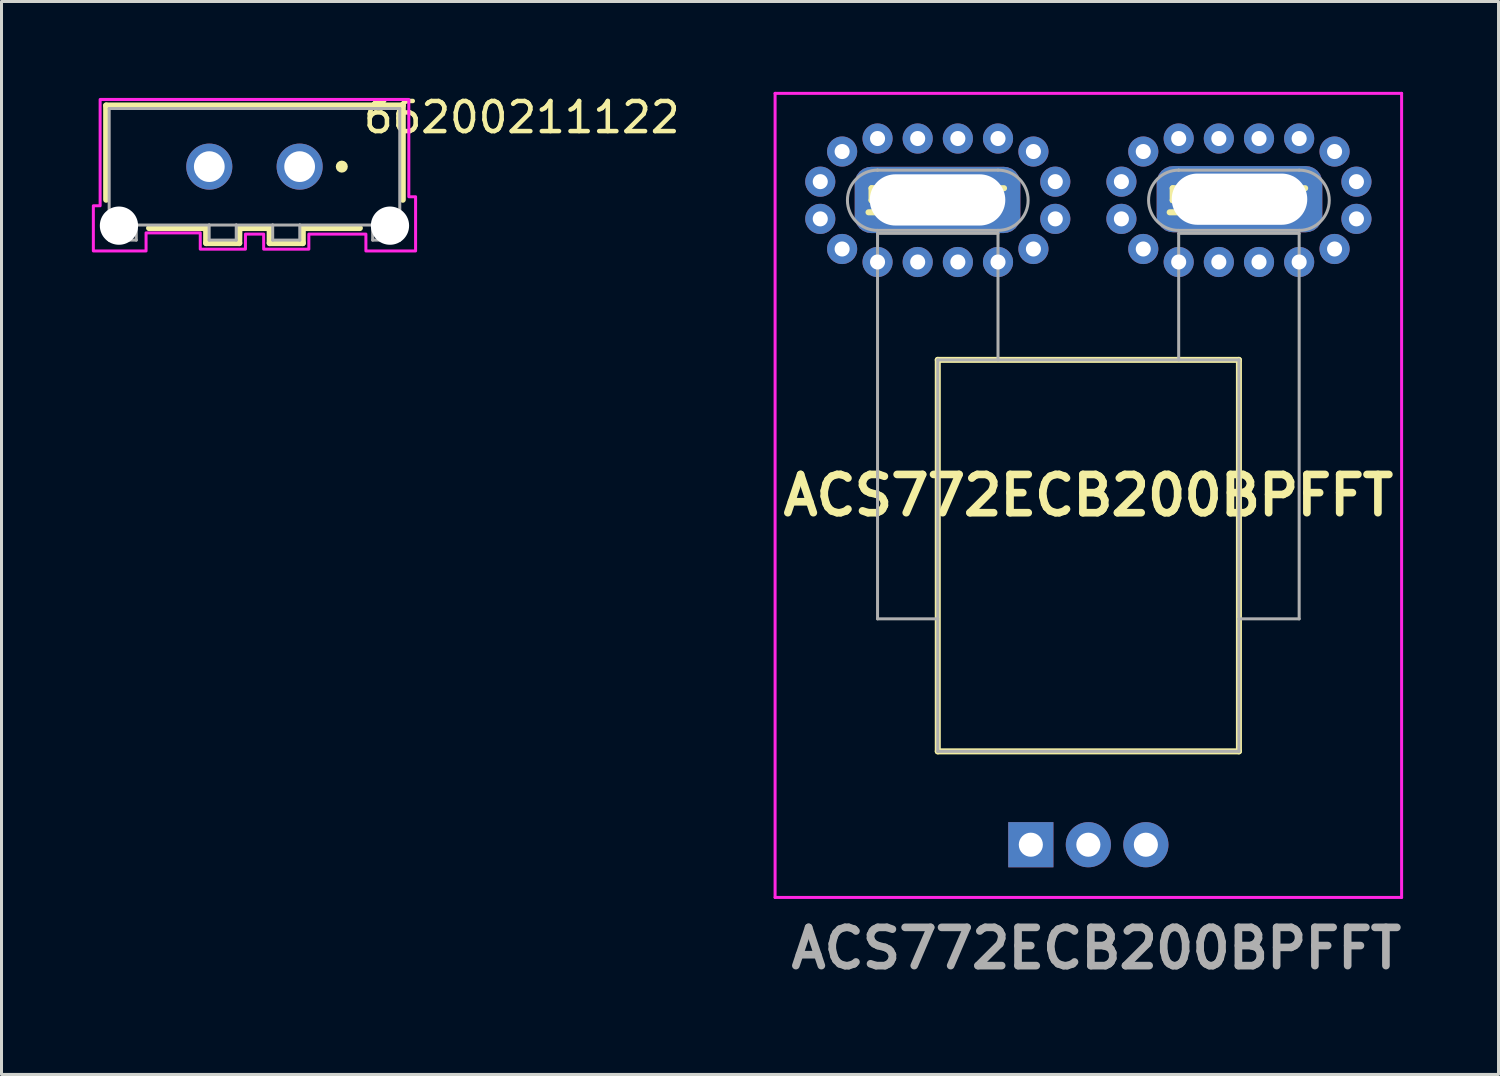
<source format=kicad_pcb>
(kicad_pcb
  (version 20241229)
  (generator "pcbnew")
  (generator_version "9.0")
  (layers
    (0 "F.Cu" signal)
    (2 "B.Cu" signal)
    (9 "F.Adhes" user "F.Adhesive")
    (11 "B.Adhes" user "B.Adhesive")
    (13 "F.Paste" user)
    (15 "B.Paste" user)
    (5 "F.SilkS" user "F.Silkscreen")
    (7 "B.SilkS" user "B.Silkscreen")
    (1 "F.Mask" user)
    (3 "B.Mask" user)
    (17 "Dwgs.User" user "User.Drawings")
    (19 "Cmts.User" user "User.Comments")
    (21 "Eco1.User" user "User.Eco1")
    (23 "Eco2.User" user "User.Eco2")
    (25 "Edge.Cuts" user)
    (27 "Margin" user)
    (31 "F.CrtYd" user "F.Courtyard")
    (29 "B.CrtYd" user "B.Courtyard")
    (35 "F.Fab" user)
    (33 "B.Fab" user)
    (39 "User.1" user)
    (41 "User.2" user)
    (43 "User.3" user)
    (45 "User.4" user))
  (footprint "ACS772ECB200BPFFT"
    (layer "F.Cu")
    (at 31.18 25)
    (property "Reference" "ACS772ECB200BPFFT" (at 1.91 -11.6 0) (layer "F.SilkS") (effects (font (size 1.27 1.27) (thickness 0.254))))
    (attr through_hole)
    (fp_line (start -5.29 -21.8) (end -5.29 -21.4) (stroke (width 0.2) (type solid)) (layer "F.SilkS"))
    (fp_line (start -5.29 -21.4) (end -4.49 -21.4) (stroke (width 0.2) (type solid)) (layer "F.SilkS"))
    (fp_line (start -4.49 -21.4) (end -4.49 -21) (stroke (width 0.2) (type solid)) (layer "F.SilkS"))
    (fp_line (start -4.49 -21) (end -5.39 -21) (stroke (width 0.2) (type solid)) (layer "F.SilkS"))
    (fp_line (start -4.39 -21.8) (end -5.29 -21.8) (stroke (width 0.2) (type solid)) (layer "F.SilkS"))
    (fp_line (start -4.09 -21.9) (end -4.09 -21) (stroke (width 0.2) (type solid)) (layer "F.SilkS"))
    (fp_line (start -4.09 -21) (end -3.29 -21) (stroke (width 0.2) (type solid)) (layer "F.SilkS"))
    (fp_line (start -3.09 -16.1) (end 6.91 -16.1) (stroke (width 0.2) (type solid)) (layer "F.SilkS"))
    (fp_line (start -3.09 -3.1) (end -3.09 -16.1) (stroke (width 0.2) (type solid)) (layer "F.SilkS"))
    (fp_line (start -2.89 -21.8) (end -2.89 -21) (stroke (width 0.2) (type solid)) (layer "F.SilkS"))
    (fp_line (start -2.89 -21) (end -2.09 -21) (stroke (width 0.2) (type solid)) (layer "F.SilkS"))
    (fp_line (start -2.09 -21.8) (end -2.99 -21.8) (stroke (width 0.2) (type solid)) (layer "F.SilkS"))
    (fp_line (start -2.09 -21) (end -2.09 -21.8) (stroke (width 0.2) (type solid)) (layer "F.SilkS"))
    (fp_line (start -1.69 -21.8) (end -0.89 -21.8) (stroke (width 0.2) (type solid)) (layer "F.SilkS"))
    (fp_line (start -1.29 -21.8) (end -1.29 -20.9) (stroke (width 0.2) (type solid)) (layer "F.SilkS"))
    (fp_line (start 4.71 -21.8) (end 4.71 -21.4) (stroke (width 0.2) (type solid)) (layer "F.SilkS"))
    (fp_line (start 4.71 -21.4) (end 5.51 -21.4) (stroke (width 0.2) (type solid)) (layer "F.SilkS"))
    (fp_line (start 5.51 -21.4) (end 5.51 -21) (stroke (width 0.2) (type solid)) (layer "F.SilkS"))
    (fp_line (start 5.51 -21) (end 4.61 -21) (stroke (width 0.2) (type solid)) (layer "F.SilkS"))
    (fp_line (start 5.61 -21.8) (end 4.71 -21.8) (stroke (width 0.2) (type solid)) (layer "F.SilkS"))
    (fp_line (start 5.91 -21.9) (end 5.91 -21) (stroke (width 0.2) (type solid)) (layer "F.SilkS"))
    (fp_line (start 5.91 -21) (end 6.71 -21) (stroke (width 0.2) (type solid)) (layer "F.SilkS"))
    (fp_line (start 6.91 -16.1) (end 6.91 -3.1) (stroke (width 0.2) (type solid)) (layer "F.SilkS"))
    (fp_line (start 6.91 -3.1) (end -3.09 -3.1) (stroke (width 0.2) (type solid)) (layer "F.SilkS"))
    (fp_line (start 7.11 -21.9) (end 7.11 -21) (stroke (width 0.2) (type solid)) (layer "F.SilkS"))
    (fp_line (start 7.11 -21) (end 7.91 -21) (stroke (width 0.2) (type solid)) (layer "F.SilkS"))
    (fp_line (start 7.91 -21.8) (end 7.11 -21.8) (stroke (width 0.2) (type solid)) (layer "F.SilkS"))
    (fp_line (start 7.91 -21) (end 7.91 -21.8) (stroke (width 0.2) (type solid)) (layer "F.SilkS"))
    (fp_line (start 8.31 -21.8) (end 9.11 -21.8) (stroke (width 0.2) (type solid)) (layer "F.SilkS"))
    (fp_line (start 8.71 -21.9) (end 8.71 -20.9) (stroke (width 0.2) (type solid)) (layer "F.SilkS"))
    (fp_line (start -8.492 -24.95) (end 12.312 -24.95) (stroke (width 0.1) (type solid)) (layer "F.CrtYd"))
    (fp_line (start -8.492 1.75) (end -8.492 -24.95) (stroke (width 0.1) (type solid)) (layer "F.CrtYd"))
    (fp_line (start 12.312 -24.95) (end 12.312 1.75) (stroke (width 0.1) (type solid)) (layer "F.CrtYd"))
    (fp_line (start 12.312 1.75) (end -8.492 1.75) (stroke (width 0.1) (type solid)) (layer "F.CrtYd"))
    (fp_line (start -5.09 -22.4) (end -5.09 -22.4) (stroke (width 0.1) (type solid)) (layer "F.Fab"))
    (fp_line (start -5.09 -20.4) (end -1.09 -20.4) (stroke (width 0.1) (type solid)) (layer "F.Fab"))
    (fp_line (start -5.09 -20.3) (end -1.09 -20.3) (stroke (width 0.1) (type solid)) (layer "F.Fab"))
    (fp_line (start -5.09 -7.5) (end -5.09 -20.3) (stroke (width 0.1) (type solid)) (layer "F.Fab"))
    (fp_line (start -3.09 -16.1) (end 6.91 -16.1) (stroke (width 0.1) (type solid)) (layer "F.Fab"))
    (fp_line (start -3.09 -7.5) (end -5.09 -7.5) (stroke (width 0.1) (type solid)) (layer "F.Fab"))
    (fp_line (start -3.09 -3.1) (end -3.09 -16.1) (stroke (width 0.1) (type solid)) (layer "F.Fab"))
    (fp_line (start -1.09 -22.4) (end -5.09 -22.4) (stroke (width 0.1) (type solid)) (layer "F.Fab"))
    (fp_line (start -1.09 -20.4) (end -1.09 -20.4) (stroke (width 0.1) (type solid)) (layer "F.Fab"))
    (fp_line (start -1.09 -20.3) (end -1.09 -16.1) (stroke (width 0.1) (type solid)) (layer "F.Fab"))
    (fp_line (start 4.91 -22.4) (end 4.91 -22.4) (stroke (width 0.1) (type solid)) (layer "F.Fab"))
    (fp_line (start 4.91 -20.4) (end 8.91 -20.4) (stroke (width 0.1) (type solid)) (layer "F.Fab"))
    (fp_line (start 4.91 -20.3) (end 4.91 -16.1) (stroke (width 0.1) (type solid)) (layer "F.Fab"))
    (fp_line (start 6.91 -16.1) (end 6.91 -3.1) (stroke (width 0.1) (type solid)) (layer "F.Fab"))
    (fp_line (start 6.91 -7.5) (end 8.91 -7.5) (stroke (width 0.1) (type solid)) (layer "F.Fab"))
    (fp_line (start 6.91 -3.1) (end -3.09 -3.1) (stroke (width 0.1) (type solid)) (layer "F.Fab"))
    (fp_line (start 8.91 -22.4) (end 4.91 -22.4) (stroke (width 0.1) (type solid)) (layer "F.Fab"))
    (fp_line (start 8.91 -20.4) (end 8.91 -20.4) (stroke (width 0.1) (type solid)) (layer "F.Fab"))
    (fp_line (start 8.91 -20.3) (end 4.91 -20.3) (stroke (width 0.1) (type solid)) (layer "F.Fab"))
    (fp_line (start 8.91 -7.5) (end 8.91 -20.3) (stroke (width 0.1) (type solid)) (layer "F.Fab"))
    (fp_arc (start -5.09 -20.4) (mid -6.09 -21.4) (end -5.09 -22.4) (stroke (width 0.1) (type solid)) (layer "F.Fab"))
    (fp_arc (start -1.09 -22.4) (mid -0.09 -21.4) (end -1.09 -20.4) (stroke (width 0.1) (type solid)) (layer "F.Fab"))
    (fp_arc (start 4.91 -20.4) (mid 3.91 -21.4) (end 4.91 -22.4) (stroke (width 0.1) (type solid)) (layer "F.Fab"))
    (fp_arc (start 8.91 -22.4) (mid 9.91 -21.4) (end 8.91 -20.4) (stroke (width 0.1) (type solid)) (layer "F.Fab"))
    (fp_text user "${REFERENCE}" (at 2.176 3.44 0) (layer "F.Fab") (effects (font (size 1.27 1.27) (thickness 0.254))))
    (pad "1" thru_hole rect (at 0 0) (size 1.5 1.5) (drill 0.8) (layers "*.Cu" "*.Mask"))
    (pad "2" thru_hole circle (at 1.91 0) (size 1.5 1.5) (drill 0.8) (layers "*.Cu" "*.Mask"))
    (pad "3" thru_hole circle (at 3.82 0) (size 1.5 1.5) (drill 0.8) (layers "*.Cu" "*.Mask"))
    (pad "4" thru_hole circle (at 3.008 -22.018) (size 1 1) (drill 0.5) (layers "*.Cu" "*.Mask"))
    (pad "5" thru_hole circle (at 0.812 -22.018) (size 1 1) (drill 0.5) (layers "*.Cu" "*.Mask"))
    (pad "6" thru_hole circle (at 0.812 -20.782) (size 1 1) (drill 0.5) (layers "*.Cu" "*.Mask"))
    (pad "7" thru_hole circle (at 0.086 -19.782) (size 1 1) (drill 0.5) (layers "*.Cu" "*.Mask"))
    (pad "8" thru_hole circle (at -1.09 -19.35) (size 1 1) (drill 0.5) (layers "*.Cu" "*.Mask"))
    (pad "9" thru_hole circle (at -2.423 -19.35) (size 1 1) (drill 0.5) (layers "*.Cu" "*.Mask"))
    (pad "10" thru_hole circle (at -3.757 -19.35) (size 1 1) (drill 0.5) (layers "*.Cu" "*.Mask"))
    (pad "11" thru_hole circle (at -5.09 -19.35) (size 1 1) (drill 0.5) (layers "*.Cu" "*.Mask"))
    (pad "12" thru_hole circle (at -6.266 -19.782) (size 1 1) (drill 0.5) (layers "*.Cu" "*.Mask"))
    (pad "13" thru_hole circle (at -6.992 -20.782) (size 1 1) (drill 0.5) (layers "*.Cu" "*.Mask"))
    (pad "14" thru_hole circle (at -6.992 -22.018) (size 1 1) (drill 0.5) (layers "*.Cu" "*.Mask"))
    (pad "15" thru_hole circle (at -6.266 -23.018) (size 1 1) (drill 0.5) (layers "*.Cu" "*.Mask"))
    (pad "16" thru_hole circle (at -5.09 -23.45) (size 1 1) (drill 0.5) (layers "*.Cu" "*.Mask"))
    (pad "17" thru_hole circle (at -3.757 -23.45) (size 1 1) (drill 0.5) (layers "*.Cu" "*.Mask"))
    (pad "18" thru_hole circle (at -2.423 -23.45) (size 1 1) (drill 0.5) (layers "*.Cu" "*.Mask"))
    (pad "19" thru_hole circle (at -1.09 -23.45) (size 1 1) (drill 0.5) (layers "*.Cu" "*.Mask"))
    (pad "20" thru_hole circle (at 0.086 -23.018) (size 1 1) (drill 0.5) (layers "*.Cu" "*.Mask"))
    (pad "21" thru_hole circle (at 3.008 -20.782) (size 1 1) (drill 0.5) (layers "*.Cu" "*.Mask"))
    (pad "22" thru_hole circle (at 3.734 -19.782) (size 1 1) (drill 0.5) (layers "*.Cu" "*.Mask"))
    (pad "23" thru_hole circle (at 4.91 -19.35) (size 1 1) (drill 0.5) (layers "*.Cu" "*.Mask"))
    (pad "24" thru_hole circle (at 6.243 -19.35) (size 1 1) (drill 0.5) (layers "*.Cu" "*.Mask"))
    (pad "25" thru_hole circle (at 7.577 -19.35) (size 1 1) (drill 0.5) (layers "*.Cu" "*.Mask"))
    (pad "26" thru_hole circle (at 8.91 -19.35) (size 1 1) (drill 0.5) (layers "*.Cu" "*.Mask"))
    (pad "27" thru_hole circle (at 10.086 -19.782) (size 1 1) (drill 0.5) (layers "*.Cu" "*.Mask"))
    (pad "28" thru_hole circle (at 10.812 -20.782) (size 1 1) (drill 0.5) (layers "*.Cu" "*.Mask"))
    (pad "29" thru_hole circle (at 10.812 -22.018) (size 1 1) (drill 0.5) (layers "*.Cu" "*.Mask"))
    (pad "30" thru_hole circle (at 10.086 -23.018) (size 1 1) (drill 0.5) (layers "*.Cu" "*.Mask"))
    (pad "31" thru_hole circle (at 8.91 -23.45) (size 1 1) (drill 0.5) (layers "*.Cu" "*.Mask"))
    (pad "32" thru_hole circle (at 7.577 -23.45) (size 1 1) (drill 0.5) (layers "*.Cu" "*.Mask"))
    (pad "33" thru_hole circle (at 6.243 -23.45) (size 1 1) (drill 0.5) (layers "*.Cu" "*.Mask"))
    (pad "34" thru_hole circle (at 4.91 -23.45) (size 1 1) (drill 0.5) (layers "*.Cu" "*.Mask"))
    (pad "35" thru_hole circle (at 3.734 -23.018) (size 1 1) (drill 0.5) (layers "*.Cu" "*.Mask"))
    (pad "36" thru_hole roundrect (at -3.098 -21.411) (size 5.5 2.2) (drill oval 4.5 1.7) (layers "*.Cu" "*.Mask") (roundrect_rratio 0.25))
    (pad "37" thru_hole roundrect (at 6.929 -21.436) (size 5.5 2.2) (drill oval 4.5 1.7) (layers "*.Cu" "*.Mask") (roundrect_rratio 0.25)))
  (footprint "66200211122"
    (layer "F.Cu")
    (at 5.4 2.483)
    (property "Reference" "66200211122" (at 8.875 -1.635 0) (layer "F.SilkS") (effects (font (size 1 1) (thickness 0.15))))
    (attr through_hole)
    (fp_line (start -4.925 -2.03) (end 4.925 -2.03) (stroke (width 0.2) (type solid)) (layer "F.SilkS"))
    (fp_line (start -4.925 1.1) (end -4.925 -2.03) (stroke (width 0.2) (type solid)) (layer "F.SilkS"))
    (fp_line (start -3.5 2.04) (end -1.605 2.04) (stroke (width 0.2) (type solid)) (layer "F.SilkS"))
    (fp_line (start -1.605 2.04) (end -1.605 2.54) (stroke (width 0.2) (type solid)) (layer "F.SilkS"))
    (fp_line (start -1.605 2.54) (end -0.505 2.54) (stroke (width 0.2) (type solid)) (layer "F.SilkS"))
    (fp_line (start -0.505 2.54) (end -0.5 2.04) (stroke (width 0.2) (type solid)) (layer "F.SilkS"))
    (fp_line (start -0.5 2.04) (end 0.505 2.04) (stroke (width 0.2) (type solid)) (layer "F.SilkS"))
    (fp_line (start 0.505 2.04) (end 0.505 2.54) (stroke (width 0.2) (type solid)) (layer "F.SilkS"))
    (fp_line (start 0.505 2.54) (end 1.605 2.54) (stroke (width 0.2) (type solid)) (layer "F.SilkS"))
    (fp_line (start 1.605 2.04) (end 3.5 2.04) (stroke (width 0.2) (type solid)) (layer "F.SilkS"))
    (fp_line (start 1.605 2.54) (end 1.605 2.04) (stroke (width 0.2) (type solid)) (layer "F.SilkS"))
    (fp_line (start 4.925 -2.03) (end 4.925 1.1) (stroke (width 0.2) (type solid)) (layer "F.SilkS"))
    (fp_circle (center 2.9 0) (end 3 0) (stroke (width 0.2) (type solid)) (fill no) (layer "F.SilkS"))
    (fp_poly (pts (xy -5.125 -2.23) (xy 5.125 -2.23) (xy 5.125 1) (xy 5.35 1) (xy 5.35 2.8) (xy 3.7 2.8) (xy 3.7 2.24) (xy 1.805 2.24) (xy 1.805 2.74) (xy 0.305 2.74) (xy 0.305 2.24) (xy -0.3 2.24) (xy -0.3 2.74) (xy -1.8 2.74) (xy -1.8 2.2) (xy -3.6 2.2) (xy -3.6 2.8) (xy -5.35 2.8) (xy -5.35 1.3) (xy -5.125 1.3)) (stroke (width 0.1) (type solid)) (fill no) (layer "F.CrtYd"))
    (fp_line (start -4.825 -1.93) (end 4.825 -1.93) (stroke (width 0.1) (type solid)) (layer "F.Fab"))
    (fp_line (start -4.825 1.94) (end -4.825 -1.93) (stroke (width 0.1) (type solid)) (layer "F.Fab"))
    (fp_line (start -4.825 1.95) (end -4.825 2.44) (stroke (width 0.1) (type solid)) (layer "F.Fab"))
    (fp_line (start -4.825 2.44) (end -3.925 2.44) (stroke (width 0.1) (type solid)) (layer "F.Fab"))
    (fp_line (start -4.82 1.95) (end -4.825 1.95) (stroke (width 0.1) (type solid)) (layer "F.Fab"))
    (fp_line (start -3.925 1.94) (end -4.825 1.94) (stroke (width 0.1) (type solid)) (layer "F.Fab"))
    (fp_line (start -3.925 2.44) (end -3.925 1.94) (stroke (width 0.1) (type solid)) (layer "F.Fab"))
    (fp_line (start -1.505 1.94) (end -3.925 1.94) (stroke (width 0.1) (type solid)) (layer "F.Fab"))
    (fp_line (start -1.505 1.94) (end -1.505 2.44) (stroke (width 0.1) (type solid)) (layer "F.Fab"))
    (fp_line (start -1.505 2.44) (end -0.605 2.44) (stroke (width 0.1) (type solid)) (layer "F.Fab"))
    (fp_line (start -0.605 1.94) (end -1.505 1.94) (stroke (width 0.1) (type solid)) (layer "F.Fab"))
    (fp_line (start -0.605 2.44) (end -0.605 1.94) (stroke (width 0.1) (type solid)) (layer "F.Fab"))
    (fp_line (start 0.605 1.94) (end -0.605 1.94) (stroke (width 0.1) (type solid)) (layer "F.Fab"))
    (fp_line (start 0.605 2.44) (end 0.605 1.94) (stroke (width 0.1) (type solid)) (layer "F.Fab"))
    (fp_line (start 1.505 1.94) (end 0.605 1.94) (stroke (width 0.1) (type solid)) (layer "F.Fab"))
    (fp_line (start 1.505 1.94) (end 1.505 2.44) (stroke (width 0.1) (type solid)) (layer "F.Fab"))
    (fp_line (start 1.505 2.44) (end 0.605 2.44) (stroke (width 0.1) (type solid)) (layer "F.Fab"))
    (fp_line (start 3.925 1.94) (end 1.505 1.94) (stroke (width 0.1) (type solid)) (layer "F.Fab"))
    (fp_line (start 3.925 2.44) (end 3.925 1.94) (stroke (width 0.1) (type solid)) (layer "F.Fab"))
    (fp_line (start 4.825 -1.93) (end 4.825 1.94) (stroke (width 0.1) (type solid)) (layer "F.Fab"))
    (fp_line (start 4.825 1.94) (end 3.925 1.94) (stroke (width 0.1) (type solid)) (layer "F.Fab"))
    (fp_line (start 4.825 2) (end 4.825 2.44) (stroke (width 0.1) (type solid)) (layer "F.Fab"))
    (fp_line (start 4.825 2.44) (end 3.925 2.44) (stroke (width 0.1) (type solid)) (layer "F.Fab"))
    (pad "" np_thru_hole circle (at -4.5 1.96) (size 1.27 1.27) (drill 1.27) (layers "*.Cu" "*.Mask"))
    (pad "" np_thru_hole circle (at 4.5 1.96) (size 1.27 1.27) (drill 1.27) (layers "*.Cu" "*.Mask"))
    (pad "1" thru_hole circle (at 1.5 0) (size 1.53 1.53) (drill 1.02) (layers "*.Cu" "*.Mask"))
    (pad "2" thru_hole circle (at -1.5 0) (size 1.53 1.53) (drill 1.02) (layers "*.Cu" "*.Mask")))
  (gr_rect
    (start -3 -3)
    (end 46.71 32.629)
    (stroke (width 0.1) (type default))
    (fill no)
    (layer "Edge.Cuts")))
</source>
